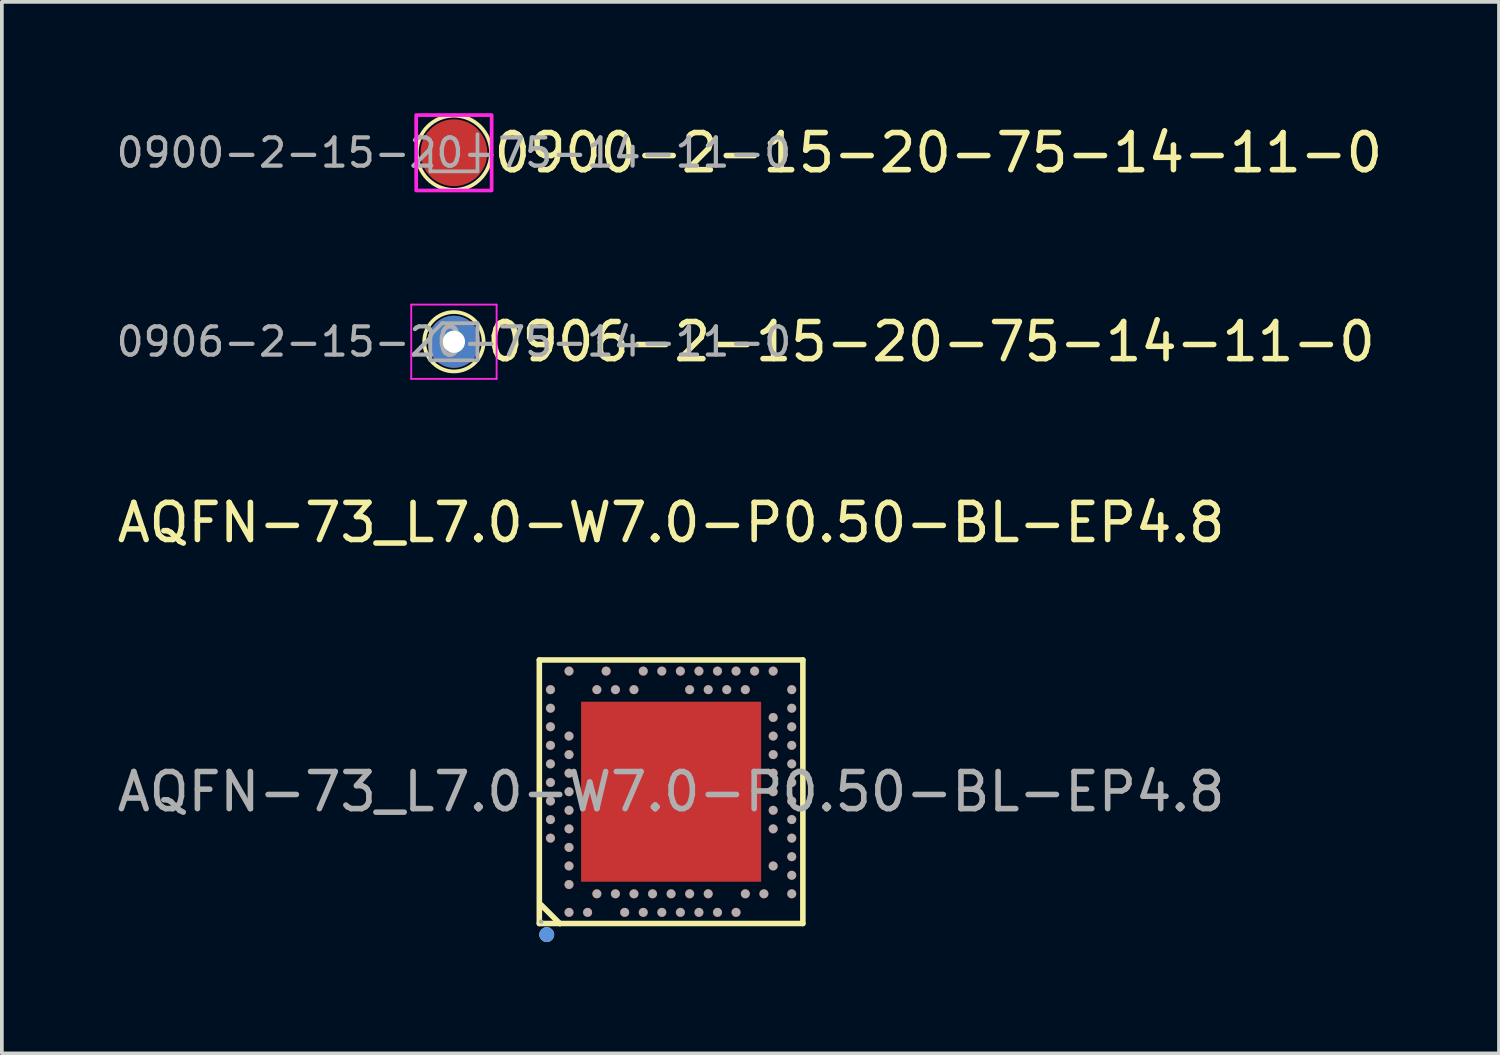
<source format=kicad_pcb>
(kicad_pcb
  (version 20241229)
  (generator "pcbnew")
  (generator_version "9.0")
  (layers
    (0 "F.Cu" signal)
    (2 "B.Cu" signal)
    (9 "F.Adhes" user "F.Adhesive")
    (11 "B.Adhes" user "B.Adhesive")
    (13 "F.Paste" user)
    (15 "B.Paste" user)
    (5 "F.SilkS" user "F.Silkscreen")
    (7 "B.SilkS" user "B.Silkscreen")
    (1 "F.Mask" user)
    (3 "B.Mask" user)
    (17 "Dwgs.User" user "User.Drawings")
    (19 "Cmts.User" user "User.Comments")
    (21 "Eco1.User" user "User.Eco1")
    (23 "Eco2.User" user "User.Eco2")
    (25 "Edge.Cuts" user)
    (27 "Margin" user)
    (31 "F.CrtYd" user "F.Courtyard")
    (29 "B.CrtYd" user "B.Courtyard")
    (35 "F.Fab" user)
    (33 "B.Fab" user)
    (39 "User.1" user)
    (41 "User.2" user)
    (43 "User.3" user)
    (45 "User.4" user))
  (footprint "AQFN-73_L7.0-W7.0-P0.50-BL-EP4.8"
    (layer "F.Cu")
    (at 15.03 18.28)
    (property "Reference" "AQFN-73_L7.0-W7.0-P0.50-BL-EP4.8" (at 0 -7.25 0) (layer "F.SilkS") (effects (font (size 1 1) (thickness 0.15))))
    (attr smd)
    (fp_line (start -3.55 -3.55) (end -3.55 3.55) (stroke (width 0.15) (type solid)) (layer "F.SilkS"))
    (fp_line (start -3.55 3.55) (end 3.55 3.55) (stroke (width 0.15) (type solid)) (layer "F.SilkS"))
    (fp_line (start -3.5 3.05) (end -3 3.55) (stroke (width 0.15) (type solid)) (layer "F.SilkS"))
    (fp_line (start -3 3.55) (end -2.99 3.55) (stroke (width 0.15) (type solid)) (layer "F.SilkS"))
    (fp_line (start 3.55 -3.55) (end -3.55 -3.55) (stroke (width 0.15) (type solid)) (layer "F.SilkS"))
    (fp_line (start 3.55 3.55) (end 3.55 -3.55) (stroke (width 0.15) (type solid)) (layer "F.SilkS"))
    (fp_circle (center -3.35 3.85) (end -3.25 3.85) (stroke (width 0.2) (type solid)) (fill no) (layer "F.SilkS"))
    (fp_circle (center -3.35 3.85) (end -3.25 3.85) (stroke (width 0.2) (type solid)) (fill no) (layer "Cmts.User"))
    (fp_circle (center -3.5 3.5) (end -3.47 3.5) (stroke (width 0.06) (type solid)) (fill no) (layer "F.Fab"))
    (fp_circle (center -3.25 -2.75) (end -3.19 -2.75) (stroke (width 0.12) (type solid)) (fill no) (layer "F.Fab"))
    (fp_circle (center -3.25 -2.25) (end -3.19 -2.25) (stroke (width 0.12) (type solid)) (fill no) (layer "F.Fab"))
    (fp_circle (center -3.25 -1.75) (end -3.19 -1.75) (stroke (width 0.12) (type solid)) (fill no) (layer "F.Fab"))
    (fp_circle (center -3.25 -1.25) (end -3.19 -1.25) (stroke (width 0.12) (type solid)) (fill no) (layer "F.Fab"))
    (fp_circle (center -3.25 -0.75) (end -3.19 -0.75) (stroke (width 0.12) (type solid)) (fill no) (layer "F.Fab"))
    (fp_circle (center -3.25 -0.25) (end -3.19 -0.25) (stroke (width 0.12) (type solid)) (fill no) (layer "F.Fab"))
    (fp_circle (center -3.25 0.25) (end -3.19 0.25) (stroke (width 0.12) (type solid)) (fill no) (layer "F.Fab"))
    (fp_circle (center -3.25 0.75) (end -3.19 0.75) (stroke (width 0.12) (type solid)) (fill no) (layer "F.Fab"))
    (fp_circle (center -3.25 1.25) (end -3.19 1.25) (stroke (width 0.12) (type solid)) (fill no) (layer "F.Fab"))
    (fp_circle (center -2.75 -3.25) (end -2.69 -3.25) (stroke (width 0.12) (type solid)) (fill no) (layer "F.Fab"))
    (fp_circle (center -2.75 -1.5) (end -2.69 -1.5) (stroke (width 0.12) (type solid)) (fill no) (layer "F.Fab"))
    (fp_circle (center -2.75 -1) (end -2.69 -1) (stroke (width 0.12) (type solid)) (fill no) (layer "F.Fab"))
    (fp_circle (center -2.75 -0.5) (end -2.69 -0.5) (stroke (width 0.12) (type solid)) (fill no) (layer "F.Fab"))
    (fp_circle (center -2.75 0) (end -2.69 0) (stroke (width 0.12) (type solid)) (fill no) (layer "F.Fab"))
    (fp_circle (center -2.75 0.5) (end -2.69 0.5) (stroke (width 0.12) (type solid)) (fill no) (layer "F.Fab"))
    (fp_circle (center -2.75 1) (end -2.69 1) (stroke (width 0.12) (type solid)) (fill no) (layer "F.Fab"))
    (fp_circle (center -2.75 1.5) (end -2.69 1.5) (stroke (width 0.12) (type solid)) (fill no) (layer "F.Fab"))
    (fp_circle (center -2.75 2) (end -2.69 2) (stroke (width 0.12) (type solid)) (fill no) (layer "F.Fab"))
    (fp_circle (center -2.75 2.5) (end -2.69 2.5) (stroke (width 0.12) (type solid)) (fill no) (layer "F.Fab"))
    (fp_circle (center -2.75 3.25) (end -2.69 3.25) (stroke (width 0.12) (type solid)) (fill no) (layer "F.Fab"))
    (fp_circle (center -2.25 3.25) (end -2.19 3.25) (stroke (width 0.12) (type solid)) (fill no) (layer "F.Fab"))
    (fp_circle (center -2 -2.75) (end -1.94 -2.75) (stroke (width 0.12) (type solid)) (fill no) (layer "F.Fab"))
    (fp_circle (center -2 2.75) (end -1.94 2.75) (stroke (width 0.12) (type solid)) (fill no) (layer "F.Fab"))
    (fp_circle (center -1.75 -3.25) (end -1.69 -3.25) (stroke (width 0.12) (type solid)) (fill no) (layer "F.Fab"))
    (fp_circle (center -1.5 -2.75) (end -1.44 -2.75) (stroke (width 0.12) (type solid)) (fill no) (layer "F.Fab"))
    (fp_circle (center -1.5 2.75) (end -1.44 2.75) (stroke (width 0.12) (type solid)) (fill no) (layer "F.Fab"))
    (fp_circle (center -1.25 3.25) (end -1.19 3.25) (stroke (width 0.12) (type solid)) (fill no) (layer "F.Fab"))
    (fp_circle (center -1 -2.75) (end -0.94 -2.75) (stroke (width 0.12) (type solid)) (fill no) (layer "F.Fab"))
    (fp_circle (center -1 2.75) (end -0.94 2.75) (stroke (width 0.12) (type solid)) (fill no) (layer "F.Fab"))
    (fp_circle (center -0.75 -3.25) (end -0.69 -3.25) (stroke (width 0.12) (type solid)) (fill no) (layer "F.Fab"))
    (fp_circle (center -0.75 3.25) (end -0.69 3.25) (stroke (width 0.12) (type solid)) (fill no) (layer "F.Fab"))
    (fp_circle (center -0.5 2.75) (end -0.44 2.75) (stroke (width 0.12) (type solid)) (fill no) (layer "F.Fab"))
    (fp_circle (center -0.25 -3.25) (end -0.19 -3.25) (stroke (width 0.12) (type solid)) (fill no) (layer "F.Fab"))
    (fp_circle (center -0.25 3.25) (end -0.19 3.25) (stroke (width 0.12) (type solid)) (fill no) (layer "F.Fab"))
    (fp_circle (center 0 2.75) (end 0.06 2.75) (stroke (width 0.12) (type solid)) (fill no) (layer "F.Fab"))
    (fp_circle (center 0.25 -3.25) (end 0.31 -3.25) (stroke (width 0.12) (type solid)) (fill no) (layer "F.Fab"))
    (fp_circle (center 0.25 3.25) (end 0.31 3.25) (stroke (width 0.12) (type solid)) (fill no) (layer "F.Fab"))
    (fp_circle (center 0.5 -2.75) (end 0.56 -2.75) (stroke (width 0.12) (type solid)) (fill no) (layer "F.Fab"))
    (fp_circle (center 0.5 2.75) (end 0.56 2.75) (stroke (width 0.12) (type solid)) (fill no) (layer "F.Fab"))
    (fp_circle (center 0.75 -3.25) (end 0.81 -3.25) (stroke (width 0.12) (type solid)) (fill no) (layer "F.Fab"))
    (fp_circle (center 0.75 3.25) (end 0.81 3.25) (stroke (width 0.12) (type solid)) (fill no) (layer "F.Fab"))
    (fp_circle (center 1 -2.75) (end 1.06 -2.75) (stroke (width 0.12) (type solid)) (fill no) (layer "F.Fab"))
    (fp_circle (center 1 2.75) (end 1.06 2.75) (stroke (width 0.12) (type solid)) (fill no) (layer "F.Fab"))
    (fp_circle (center 1.25 -3.25) (end 1.31 -3.25) (stroke (width 0.12) (type solid)) (fill no) (layer "F.Fab"))
    (fp_circle (center 1.25 3.25) (end 1.31 3.25) (stroke (width 0.12) (type solid)) (fill no) (layer "F.Fab"))
    (fp_circle (center 1.5 -2.75) (end 1.56 -2.75) (stroke (width 0.12) (type solid)) (fill no) (layer "F.Fab"))
    (fp_circle (center 1.75 -3.25) (end 1.81 -3.25) (stroke (width 0.12) (type solid)) (fill no) (layer "F.Fab"))
    (fp_circle (center 1.75 3.25) (end 1.81 3.25) (stroke (width 0.12) (type solid)) (fill no) (layer "F.Fab"))
    (fp_circle (center 2 -2.75) (end 2.06 -2.75) (stroke (width 0.12) (type solid)) (fill no) (layer "F.Fab"))
    (fp_circle (center 2 2.75) (end 2.06 2.75) (stroke (width 0.12) (type solid)) (fill no) (layer "F.Fab"))
    (fp_circle (center 2.25 -3.25) (end 2.31 -3.25) (stroke (width 0.12) (type solid)) (fill no) (layer "F.Fab"))
    (fp_circle (center 2.5 2.75) (end 2.56 2.75) (stroke (width 0.12) (type solid)) (fill no) (layer "F.Fab"))
    (fp_circle (center 2.75 -3.25) (end 2.81 -3.25) (stroke (width 0.12) (type solid)) (fill no) (layer "F.Fab"))
    (fp_circle (center 2.75 -2) (end 2.81 -2) (stroke (width 0.12) (type solid)) (fill no) (layer "F.Fab"))
    (fp_circle (center 2.75 -1.5) (end 2.81 -1.5) (stroke (width 0.12) (type solid)) (fill no) (layer "F.Fab"))
    (fp_circle (center 2.75 -1) (end 2.81 -1) (stroke (width 0.12) (type solid)) (fill no) (layer "F.Fab"))
    (fp_circle (center 2.75 -0.5) (end 2.81 -0.5) (stroke (width 0.12) (type solid)) (fill no) (layer "F.Fab"))
    (fp_circle (center 2.75 0) (end 2.81 0) (stroke (width 0.12) (type solid)) (fill no) (layer "F.Fab"))
    (fp_circle (center 2.75 0.5) (end 2.81 0.5) (stroke (width 0.12) (type solid)) (fill no) (layer "F.Fab"))
    (fp_circle (center 2.75 1) (end 2.81 1) (stroke (width 0.12) (type solid)) (fill no) (layer "F.Fab"))
    (fp_circle (center 2.75 2) (end 2.81 2) (stroke (width 0.12) (type solid)) (fill no) (layer "F.Fab"))
    (fp_circle (center 3.25 -2.75) (end 3.31 -2.75) (stroke (width 0.12) (type solid)) (fill no) (layer "F.Fab"))
    (fp_circle (center 3.25 -2.25) (end 3.31 -2.25) (stroke (width 0.12) (type solid)) (fill no) (layer "F.Fab"))
    (fp_circle (center 3.25 -1.75) (end 3.31 -1.75) (stroke (width 0.12) (type solid)) (fill no) (layer "F.Fab"))
    (fp_circle (center 3.25 -1.25) (end 3.31 -1.25) (stroke (width 0.12) (type solid)) (fill no) (layer "F.Fab"))
    (fp_circle (center 3.25 -0.75) (end 3.31 -0.75) (stroke (width 0.12) (type solid)) (fill no) (layer "F.Fab"))
    (fp_circle (center 3.25 -0.25) (end 3.31 -0.25) (stroke (width 0.12) (type solid)) (fill no) (layer "F.Fab"))
    (fp_circle (center 3.25 0.25) (end 3.31 0.25) (stroke (width 0.12) (type solid)) (fill no) (layer "F.Fab"))
    (fp_circle (center 3.25 0.75) (end 3.31 0.75) (stroke (width 0.12) (type solid)) (fill no) (layer "F.Fab"))
    (fp_circle (center 3.25 1.25) (end 3.31 1.25) (stroke (width 0.12) (type solid)) (fill no) (layer "F.Fab"))
    (fp_circle (center 3.25 1.75) (end 3.31 1.75) (stroke (width 0.12) (type solid)) (fill no) (layer "F.Fab"))
    (fp_circle (center 3.25 2.25) (end 3.31 2.25) (stroke (width 0.12) (type solid)) (fill no) (layer "F.Fab"))
    (fp_circle (center 3.25 2.75) (end 3.31 2.75) (stroke (width 0.12) (type solid)) (fill no) (layer "F.Fab"))
    (fp_text user "${REFERENCE}" (at 0 0 0) (layer "F.Fab") (effects (font (size 1 1) (thickness 0.15))))
    (pad "0" smd rect (at 0 0 90) (size 4.85 4.85) (layers "F.Cu" "F.Mask" "F.Paste"))
    (pad "A8" smd circle (at -3.25 1.25 90) (size 0.25 0.25) (layers "F.Cu" "F.Mask" "F.Paste"))
    (pad "A10" smd circle (at -3.25 0.75 90) (size 0.25 0.25) (layers "F.Cu" "F.Mask" "F.Paste"))
    (pad "A12" smd circle (at -3.25 0.25 90) (size 0.25 0.25) (layers "F.Cu" "F.Mask" "F.Paste"))
    (pad "A14" smd circle (at -3.25 -0.25 90) (size 0.25 0.25) (layers "F.Cu" "F.Mask" "F.Paste"))
    (pad "A16" smd circle (at -3.25 -0.75 90) (size 0.25 0.25) (layers "F.Cu" "F.Mask" "F.Paste"))
    (pad "A18" smd circle (at -3.25 -1.25 90) (size 0.25 0.25) (layers "F.Cu" "F.Mask" "F.Paste"))
    (pad "A20" smd circle (at -3.25 -1.75 90) (size 0.25 0.25) (layers "F.Cu" "F.Mask" "F.Paste"))
    (pad "A22" smd circle (at -3.25 -2.25 90) (size 0.25 0.25) (layers "F.Cu" "F.Mask" "F.Paste"))
    (pad "A23" smd circle (at -3.25 -2.75 90) (size 0.25 0.25) (layers "F.Cu" "F.Mask" "F.Paste"))
    (pad "AA24" smd circle (at 2.25 -3.25 90) (size 0.25 0.25) (layers "F.Cu" "F.Mask" "F.Paste"))
    (pad "AB2" smd circle (at 2.5 2.75 90) (size 0.25 0.25) (layers "F.Cu" "F.Mask" "F.Paste"))
    (pad "AC5" smd circle (at 2.75 2 90) (size 0.25 0.25) (layers "F.Cu" "F.Mask" "F.Paste"))
    (pad "AC9" smd circle (at 2.75 1 90) (size 0.25 0.25) (layers "F.Cu" "F.Mask" "F.Paste"))
    (pad "AC11" smd circle (at 2.75 0.5 90) (size 0.25 0.25) (layers "F.Cu" "F.Mask" "F.Paste"))
    (pad "AC13" smd circle (at 2.75 0 90) (size 0.25 0.25) (layers "F.Cu" "F.Mask" "F.Paste"))
    (pad "AC15" smd circle (at 2.75 -0.5 90) (size 0.25 0.25) (layers "F.Cu" "F.Mask" "F.Paste"))
    (pad "AC17" smd circle (at 2.75 -1 90) (size 0.25 0.25) (layers "F.Cu" "F.Mask" "F.Paste"))
    (pad "AC19" smd circle (at 2.75 -1.5 90) (size 0.25 0.25) (layers "F.Cu" "F.Mask" "F.Paste"))
    (pad "AC21" smd circle (at 2.75 -2 90) (size 0.25 0.25) (layers "F.Cu" "F.Mask" "F.Paste"))
    (pad "AC24" smd circle (at 2.75 -3.25 90) (size 0.25 0.25) (layers "F.Cu" "F.Mask" "F.Paste"))
    (pad "AD2" smd circle (at 3.25 2.75 90) (size 0.25 0.25) (layers "F.Cu" "F.Mask" "F.Paste"))
    (pad "AD4" smd circle (at 3.25 2.25 90) (size 0.25 0.25) (layers "F.Cu" "F.Mask" "F.Paste"))
    (pad "AD6" smd circle (at 3.25 1.75 90) (size 0.25 0.25) (layers "F.Cu" "F.Mask" "F.Paste"))
    (pad "AD8" smd circle (at 3.25 1.25 90) (size 0.25 0.25) (layers "F.Cu" "F.Mask" "F.Paste"))
    (pad "AD10" smd circle (at 3.25 0.75 90) (size 0.25 0.25) (layers "F.Cu" "F.Mask" "F.Paste"))
    (pad "AD12" smd circle (at 3.25 0.25 90) (size 0.25 0.25) (layers "F.Cu" "F.Mask" "F.Paste"))
    (pad "AD14" smd circle (at 3.25 -0.25 90) (size 0.25 0.25) (layers "F.Cu" "F.Mask" "F.Paste"))
    (pad "AD16" smd circle (at 3.25 -0.75 90) (size 0.25 0.25) (layers "F.Cu" "F.Mask" "F.Paste"))
    (pad "AD18" smd circle (at 3.25 -1.25 90) (size 0.25 0.25) (layers "F.Cu" "F.Mask" "F.Paste"))
    (pad "AD20" smd circle (at 3.25 -1.75 90) (size 0.25 0.25) (layers "F.Cu" "F.Mask" "F.Paste"))
    (pad "AD22" smd circle (at 3.25 -2.25 90) (size 0.25 0.25) (layers "F.Cu" "F.Mask" "F.Paste"))
    (pad "AD23" smd circle (at 3.25 -2.75 90) (size 0.25 0.25) (layers "F.Cu" "F.Mask" "F.Paste"))
    (pad "B1" smd circle (at -2.75 3.25 90) (size 0.25 0.25) (layers "F.Cu" "F.Mask" "F.Paste"))
    (pad "B3" smd circle (at -2.75 2.5 90) (size 0.25 0.25) (layers "F.Cu" "F.Mask" "F.Paste"))
    (pad "B5" smd circle (at -2.75 2 90) (size 0.25 0.25) (layers "F.Cu" "F.Mask" "F.Paste"))
    (pad "B7" smd circle (at -2.75 1.5 90) (size 0.25 0.25) (layers "F.Cu" "F.Mask" "F.Paste"))
    (pad "B9" smd circle (at -2.75 1 90) (size 0.25 0.25) (layers "F.Cu" "F.Mask" "F.Paste"))
    (pad "B11" smd circle (at -2.75 0.5 90) (size 0.25 0.25) (layers "F.Cu" "F.Mask" "F.Paste"))
    (pad "B13" smd circle (at -2.75 0 90) (size 0.25 0.25) (layers "F.Cu" "F.Mask" "F.Paste"))
    (pad "B15" smd circle (at -2.75 -0.5 90) (size 0.25 0.25) (layers "F.Cu" "F.Mask" "F.Paste"))
    (pad "B17" smd circle (at -2.75 -1 90) (size 0.25 0.25) (layers "F.Cu" "F.Mask" "F.Paste"))
    (pad "B19" smd circle (at -2.75 -1.5 90) (size 0.25 0.25) (layers "F.Cu" "F.Mask" "F.Paste"))
    (pad "B24" smd circle (at -2.75 -3.25 90) (size 0.25 0.25) (layers "F.Cu" "F.Mask" "F.Paste"))
    (pad "C1" smd circle (at -2.25 3.25 90) (size 0.25 0.25) (layers "F.Cu" "F.Mask" "F.Paste"))
    (pad "D2" smd circle (at -2 2.75 90) (size 0.25 0.25) (layers "F.Cu" "F.Mask" "F.Paste"))
    (pad "D23" smd circle (at -2 -2.75 90) (size 0.25 0.25) (layers "F.Cu" "F.Mask" "F.Paste"))
    (pad "E24" smd circle (at -1.75 -3.25 90) (size 0.25 0.25) (layers "F.Cu" "F.Mask" "F.Paste"))
    (pad "F2" smd circle (at -1.5 2.75 90) (size 0.25 0.25) (layers "F.Cu" "F.Mask" "F.Paste"))
    (pad "F23" smd circle (at -1.5 -2.75 90) (size 0.25 0.25) (layers "F.Cu" "F.Mask" "F.Paste"))
    (pad "G1" smd circle (at -1.25 3.25 90) (size 0.25 0.25) (layers "F.Cu" "F.Mask" "F.Paste"))
    (pad "H2" smd circle (at -1 2.75 90) (size 0.25 0.25) (layers "F.Cu" "F.Mask" "F.Paste"))
    (pad "H23" smd circle (at -1 -2.75 90) (size 0.25 0.25) (layers "F.Cu" "F.Mask" "F.Paste"))
    (pad "J1" smd circle (at -0.75 3.25 90) (size 0.25 0.25) (layers "F.Cu" "F.Mask" "F.Paste"))
    (pad "J24" smd circle (at -0.75 -3.25 90) (size 0.25 0.25) (layers "F.Cu" "F.Mask" "F.Paste"))
    (pad "K2" smd circle (at -0.5 2.75 90) (size 0.25 0.25) (layers "F.Cu" "F.Mask" "F.Paste"))
    (pad "L1" smd circle (at -0.25 3.25 90) (size 0.25 0.25) (layers "F.Cu" "F.Mask" "F.Paste"))
    (pad "L24" smd circle (at -0.25 -3.25 90) (size 0.25 0.25) (layers "F.Cu" "F.Mask" "F.Paste"))
    (pad "M2" smd circle (at 0 2.75 90) (size 0.25 0.25) (layers "F.Cu" "F.Mask" "F.Paste"))
    (pad "N1" smd circle (at 0.25 3.25 90) (size 0.25 0.25) (layers "F.Cu" "F.Mask" "F.Paste"))
    (pad "N24" smd circle (at 0.25 -3.25 90) (size 0.25 0.25) (layers "F.Cu" "F.Mask" "F.Paste"))
    (pad "P2" smd circle (at 0.5 2.75 90) (size 0.25 0.25) (layers "F.Cu" "F.Mask" "F.Paste"))
    (pad "P23" smd circle (at 0.5 -2.75 90) (size 0.25 0.25) (layers "F.Cu" "F.Mask" "F.Paste"))
    (pad "R1" smd circle (at 0.75 3.25 90) (size 0.25 0.25) (layers "F.Cu" "F.Mask" "F.Paste"))
    (pad "R24" smd circle (at 0.75 -3.25 90) (size 0.25 0.25) (layers "F.Cu" "F.Mask" "F.Paste"))
    (pad "T2" smd circle (at 1 2.75 90) (size 0.25 0.25) (layers "F.Cu" "F.Mask" "F.Paste"))
    (pad "T23" smd circle (at 1 -2.75 90) (size 0.25 0.25) (layers "F.Cu" "F.Mask" "F.Paste"))
    (pad "U1" smd circle (at 1.25 3.25 90) (size 0.25 0.25) (layers "F.Cu" "F.Mask" "F.Paste"))
    (pad "U24" smd circle (at 1.25 -3.25 90) (size 0.25 0.25) (layers "F.Cu" "F.Mask" "F.Paste"))
    (pad "V23" smd circle (at 1.5 -2.75 90) (size 0.25 0.25) (layers "F.Cu" "F.Mask" "F.Paste"))
    (pad "W1" smd circle (at 1.75 3.25 90) (size 0.25 0.25) (layers "F.Cu" "F.Mask" "F.Paste"))
    (pad "W24" smd circle (at 1.75 -3.25 90) (size 0.25 0.25) (layers "F.Cu" "F.Mask" "F.Paste"))
    (pad "Y2" smd circle (at 2 2.75 90) (size 0.25 0.25) (layers "F.Cu" "F.Mask" "F.Paste"))
    (pad "Y23" smd circle (at 2 -2.75 90) (size 0.25 0.25) (layers "F.Cu" "F.Mask" "F.Paste")))
  (footprint "0906-2-15-20-75-14-11-0"
    (layer "F.Cu")
    (at 9.179 6.157)
    (property "Reference" "0906-2-15-20-75-14-11-0" (at 0.8 0 0) (layer "F.SilkS") (effects (font (size 1 1) (thickness 0.15)) (justify left)))
    (attr through_hole allow_missing_courtyard)
    (fp_circle (center 0 0) (end 0.8 0) (stroke (width 0.1) (type default)) (fill no) (layer "F.SilkS"))
    (fp_line (start -1.15 -1) (end -1.15 1) (stroke (width 0.05) (type solid)) (layer "F.CrtYd"))
    (fp_line (start -1.15 1) (end 1.15 1) (stroke (width 0.05) (type solid)) (layer "F.CrtYd"))
    (fp_line (start 1.15 -1) (end -1.15 -1) (stroke (width 0.05) (type solid)) (layer "F.CrtYd"))
    (fp_line (start 1.15 1) (end 1.15 -1) (stroke (width 0.05) (type solid)) (layer "F.CrtYd"))
    (fp_line (start -0.635 -0.182) (end -0.318 -0.5) (stroke (width 0.1) (type solid)) (layer "F.Fab"))
    (fp_line (start -0.635 0.5) (end -0.635 -0.182) (stroke (width 0.1) (type solid)) (layer "F.Fab"))
    (fp_line (start -0.318 -0.5) (end 0.635 -0.5) (stroke (width 0.1) (type solid)) (layer "F.Fab"))
    (fp_line (start 0.635 -0.5) (end 0.635 0.5) (stroke (width 0.1) (type solid)) (layer "F.Fab"))
    (fp_line (start 0.635 0.5) (end -0.635 0.5) (stroke (width 0.1) (type solid)) (layer "F.Fab"))
    (fp_text user "${REFERENCE}" (at 0 0 180) (layer "F.Fab") (effects (font (size 0.76 0.76) (thickness 0.114))))
    (pad "1" thru_hole circle (at 0 0) (size 1.4 1.4) (drill 0.6) (layers "*.Cu" "*.Mask" "F.Paste")))
  (footprint "0900-2-15-20-75-14-11-0"
    (layer "F.Cu")
    (at 9.179 1.066)
    (property "Reference" "0900-2-15-20-75-14-11-0" (at 1 0 0) (layer "F.SilkS") (effects (font (size 1 1) (thickness 0.15)) (justify left)))
    (attr smd allow_missing_courtyard)
    (fp_circle (center 0 0) (end 1 0) (stroke (width 0.1) (type default)) (fill no) (layer "F.SilkS"))
    (fp_rect (start -1.016 -1.016) (end 1.016 1.016) (stroke (width 0.1) (type default)) (fill no) (layer "F.CrtYd"))
    (fp_line (start -0.635 0.5) (end -0.635 -0.182) (stroke (width 0.1) (type solid)) (layer "F.Fab"))
    (fp_line (start 0.635 -0.5) (end 0.635 0.5) (stroke (width 0.1) (type solid)) (layer "F.Fab"))
    (fp_line (start 0.635 0.5) (end -0.635 0.5) (stroke (width 0.1) (type solid)) (layer "F.Fab"))
    (fp_text user "${REFERENCE}" (at 0 0 180) (layer "F.Fab") (effects (font (size 0.76 0.76) (thickness 0.114))))
    (pad "1" smd circle (at 0 0) (size 1.8 1.8) (layers "F.Cu" "F.Mask" "F.Paste")))
  (gr_rect
    (start -3 -3)
    (end 37.334 25.33)
    (stroke (width 0.1) (type default))
    (fill no)
    (layer "Edge.Cuts")))
</source>
